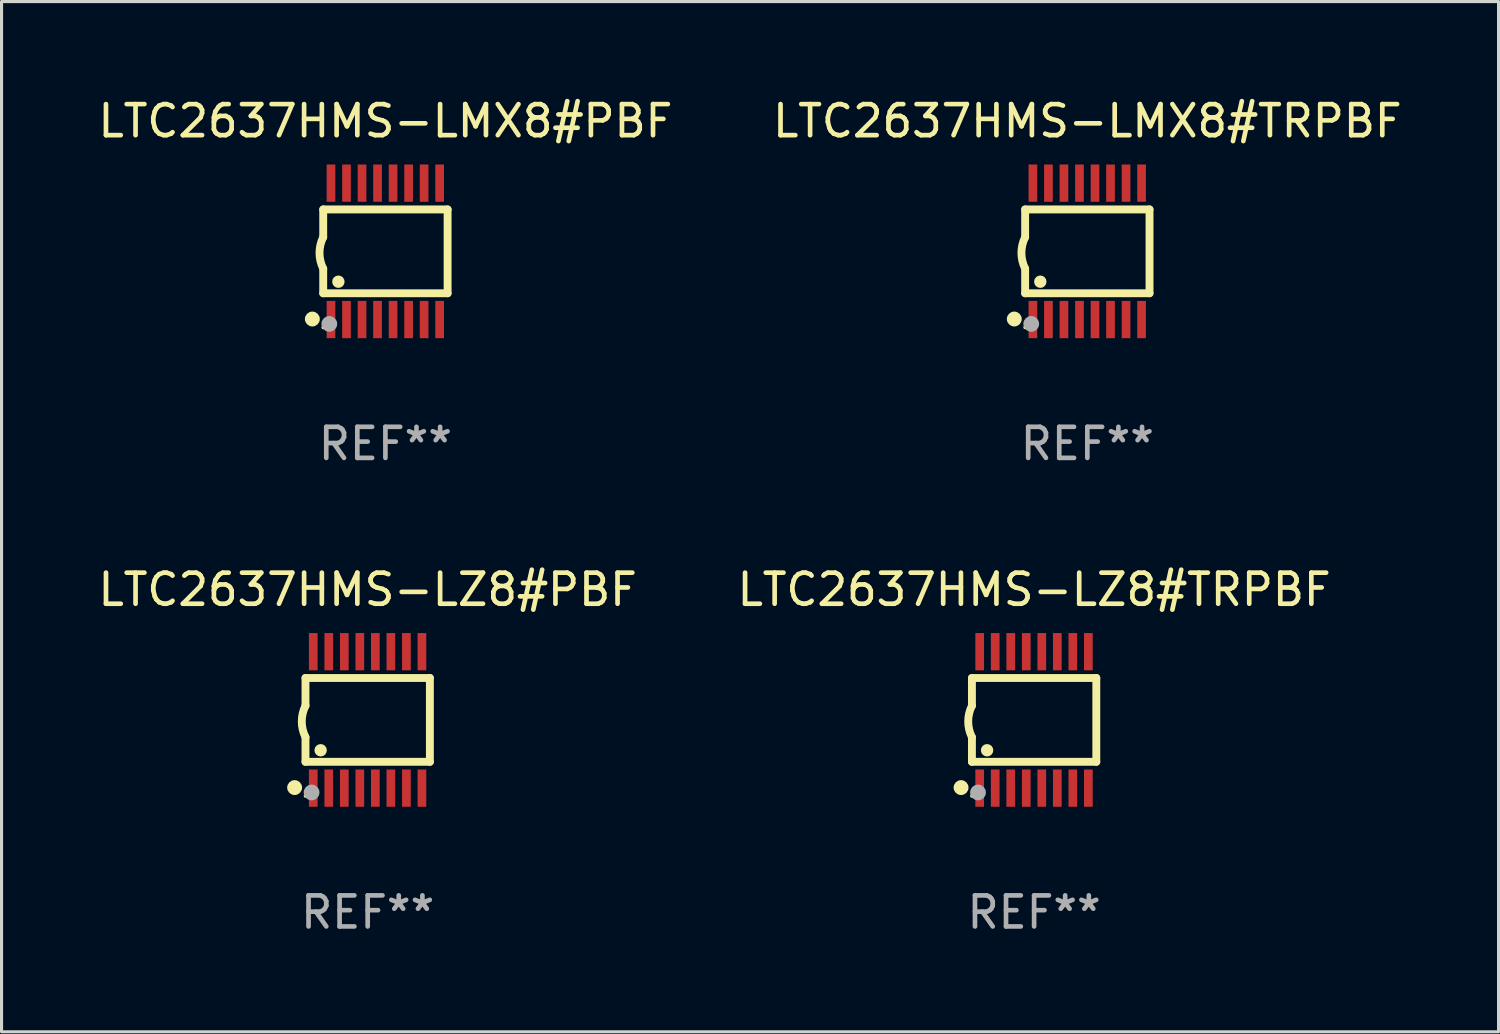
<source format=kicad_pcb>
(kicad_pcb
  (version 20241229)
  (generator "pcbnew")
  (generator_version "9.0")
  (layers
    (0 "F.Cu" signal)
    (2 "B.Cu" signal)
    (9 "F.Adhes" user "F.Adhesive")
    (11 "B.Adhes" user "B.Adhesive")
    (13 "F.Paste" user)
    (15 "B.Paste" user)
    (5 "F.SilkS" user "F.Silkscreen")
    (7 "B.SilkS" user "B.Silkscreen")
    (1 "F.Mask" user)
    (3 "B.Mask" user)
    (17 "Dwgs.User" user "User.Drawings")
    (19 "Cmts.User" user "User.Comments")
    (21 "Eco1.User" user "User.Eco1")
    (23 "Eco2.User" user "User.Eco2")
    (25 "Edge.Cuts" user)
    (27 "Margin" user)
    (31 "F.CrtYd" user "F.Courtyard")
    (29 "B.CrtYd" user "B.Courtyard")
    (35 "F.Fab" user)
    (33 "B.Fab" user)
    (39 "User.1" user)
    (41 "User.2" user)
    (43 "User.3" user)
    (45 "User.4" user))
  (footprint "LTC2637HMS-LMX8#PBF"
    (layer "F.Cu")
    (at 9.363 5.045)
    (property "Reference" "LTC2637HMS-LMX8#PBF" (at 0 -4.197 0) (layer "F.SilkS") (effects (font (size 1 1) (thickness 0.15))))
    (attr through_hole)
    (fp_line (start -2.003 -1.35) (end -2.003 -0.457) (stroke (width 0.254) (type solid)) (layer "F.SilkS"))
    (fp_line (start -2.003 -1.35) (end 2.003 -1.35) (stroke (width 0.254) (type solid)) (layer "F.SilkS"))
    (fp_line (start -2.003 1.35) (end -2.003 0.559) (stroke (width 0.254) (type solid)) (layer "F.SilkS"))
    (fp_line (start -2.003 1.35) (end 2.003 1.35) (stroke (width 0.254) (type solid)) (layer "F.SilkS"))
    (fp_line (start 2.003 -1.35) (end 2.003 1.35) (stroke (width 0.254) (type solid)) (layer "F.SilkS"))
    (fp_arc (start -2.002286 0.558802) (mid -2.122556 0.05092) (end -2.003302 -0.457201) (stroke (width 0.254001) (type solid)) (layer "F.SilkS"))
    (fp_circle (center -2.353 2.18) (end -2.233 2.18) (stroke (width 0.24) (type solid)) (fill no) (layer "F.SilkS"))
    (fp_circle (center -2.003 2.45) (end -1.973 2.45) (stroke (width 0.06) (type solid)) (fill no) (layer "F.SilkS"))
    (fp_circle (center -1.515 0.978) (end -1.415 0.978) (stroke (width 0.2) (type solid)) (fill no) (layer "F.SilkS"))
    (fp_circle (center -1.807 2.337) (end -1.68 2.337) (stroke (width 0.254) (type solid)) (fill no) (layer "F.Fab"))
    (fp_text user "REF**" (at 0 6.197 0) (layer "F.Fab") (effects (font (size 1 1) (thickness 0.15))))
    (pad "1" smd rect (at -1.753 2.197 90) (size 1.2 0.28) (layers "F.Cu" "F.Mask" "F.Paste"))
    (pad "2" smd rect (at -1.253 2.197 90) (size 1.2 0.28) (layers "F.Cu" "F.Mask" "F.Paste"))
    (pad "3" smd rect (at -0.753 2.197 90) (size 1.2 0.28) (layers "F.Cu" "F.Mask" "F.Paste"))
    (pad "4" smd rect (at -0.253 2.197 90) (size 1.2 0.28) (layers "F.Cu" "F.Mask" "F.Paste"))
    (pad "5" smd rect (at 0.247 2.197 90) (size 1.2 0.28) (layers "F.Cu" "F.Mask" "F.Paste"))
    (pad "6" smd rect (at 0.747 2.197 90) (size 1.2 0.28) (layers "F.Cu" "F.Mask" "F.Paste"))
    (pad "7" smd rect (at 1.247 2.197 90) (size 1.2 0.28) (layers "F.Cu" "F.Mask" "F.Paste"))
    (pad "8" smd rect (at 1.747 2.197 90) (size 1.2 0.28) (layers "F.Cu" "F.Mask" "F.Paste"))
    (pad "9" smd rect (at 1.747 -2.197 90) (size 1.2 0.28) (layers "F.Cu" "F.Mask" "F.Paste"))
    (pad "10" smd rect (at 1.247 -2.197 90) (size 1.2 0.28) (layers "F.Cu" "F.Mask" "F.Paste"))
    (pad "11" smd rect (at 0.747 -2.197 90) (size 1.2 0.28) (layers "F.Cu" "F.Mask" "F.Paste"))
    (pad "12" smd rect (at 0.247 -2.197 90) (size 1.2 0.28) (layers "F.Cu" "F.Mask" "F.Paste"))
    (pad "13" smd rect (at -0.253 -2.197 90) (size 1.2 0.28) (layers "F.Cu" "F.Mask" "F.Paste"))
    (pad "14" smd rect (at -0.753 -2.197 90) (size 1.2 0.28) (layers "F.Cu" "F.Mask" "F.Paste"))
    (pad "15" smd rect (at -1.253 -2.197 90) (size 1.2 0.28) (layers "F.Cu" "F.Mask" "F.Paste"))
    (pad "16" smd rect (at -1.753 -2.197 90) (size 1.2 0.28) (layers "F.Cu" "F.Mask" "F.Paste")))
  (footprint "LTC2637HMS-LMX8#TRPBF"
    (layer "F.Cu")
    (at 31.97 5.045)
    (property "Reference" "LTC2637HMS-LMX8#TRPBF" (at 0 -4.197 0) (layer "F.SilkS") (effects (font (size 1 1) (thickness 0.15))))
    (attr through_hole)
    (fp_line (start -2.003 -1.35) (end -2.003 -0.457) (stroke (width 0.254) (type solid)) (layer "F.SilkS"))
    (fp_line (start -2.003 -1.35) (end 2.003 -1.35) (stroke (width 0.254) (type solid)) (layer "F.SilkS"))
    (fp_line (start -2.003 1.35) (end -2.003 0.559) (stroke (width 0.254) (type solid)) (layer "F.SilkS"))
    (fp_line (start -2.003 1.35) (end 2.003 1.35) (stroke (width 0.254) (type solid)) (layer "F.SilkS"))
    (fp_line (start 2.003 -1.35) (end 2.003 1.35) (stroke (width 0.254) (type solid)) (layer "F.SilkS"))
    (fp_arc (start -2.002286 0.558802) (mid -2.122556 0.05092) (end -2.003302 -0.457201) (stroke (width 0.254001) (type solid)) (layer "F.SilkS"))
    (fp_circle (center -2.353 2.18) (end -2.233 2.18) (stroke (width 0.24) (type solid)) (fill no) (layer "F.SilkS"))
    (fp_circle (center -2.003 2.45) (end -1.973 2.45) (stroke (width 0.06) (type solid)) (fill no) (layer "F.SilkS"))
    (fp_circle (center -1.515 0.978) (end -1.415 0.978) (stroke (width 0.2) (type solid)) (fill no) (layer "F.SilkS"))
    (fp_circle (center -1.807 2.337) (end -1.68 2.337) (stroke (width 0.254) (type solid)) (fill no) (layer "F.Fab"))
    (fp_text user "REF**" (at 0 6.197 0) (layer "F.Fab") (effects (font (size 1 1) (thickness 0.15))))
    (pad "1" smd rect (at -1.753 2.197 90) (size 1.2 0.28) (layers "F.Cu" "F.Mask" "F.Paste"))
    (pad "2" smd rect (at -1.253 2.197 90) (size 1.2 0.28) (layers "F.Cu" "F.Mask" "F.Paste"))
    (pad "3" smd rect (at -0.753 2.197 90) (size 1.2 0.28) (layers "F.Cu" "F.Mask" "F.Paste"))
    (pad "4" smd rect (at -0.253 2.197 90) (size 1.2 0.28) (layers "F.Cu" "F.Mask" "F.Paste"))
    (pad "5" smd rect (at 0.247 2.197 90) (size 1.2 0.28) (layers "F.Cu" "F.Mask" "F.Paste"))
    (pad "6" smd rect (at 0.747 2.197 90) (size 1.2 0.28) (layers "F.Cu" "F.Mask" "F.Paste"))
    (pad "7" smd rect (at 1.247 2.197 90) (size 1.2 0.28) (layers "F.Cu" "F.Mask" "F.Paste"))
    (pad "8" smd rect (at 1.747 2.197 90) (size 1.2 0.28) (layers "F.Cu" "F.Mask" "F.Paste"))
    (pad "9" smd rect (at 1.747 -2.197 90) (size 1.2 0.28) (layers "F.Cu" "F.Mask" "F.Paste"))
    (pad "10" smd rect (at 1.247 -2.197 90) (size 1.2 0.28) (layers "F.Cu" "F.Mask" "F.Paste"))
    (pad "11" smd rect (at 0.747 -2.197 90) (size 1.2 0.28) (layers "F.Cu" "F.Mask" "F.Paste"))
    (pad "12" smd rect (at 0.247 -2.197 90) (size 1.2 0.28) (layers "F.Cu" "F.Mask" "F.Paste"))
    (pad "13" smd rect (at -0.253 -2.197 90) (size 1.2 0.28) (layers "F.Cu" "F.Mask" "F.Paste"))
    (pad "14" smd rect (at -0.753 -2.197 90) (size 1.2 0.28) (layers "F.Cu" "F.Mask" "F.Paste"))
    (pad "15" smd rect (at -1.253 -2.197 90) (size 1.2 0.28) (layers "F.Cu" "F.Mask" "F.Paste"))
    (pad "16" smd rect (at -1.753 -2.197 90) (size 1.2 0.28) (layers "F.Cu" "F.Mask" "F.Paste")))
  (footprint "LTC2637HMS-LZ8#TRPBF"
    (layer "F.Cu")
    (at 30.256 20.136)
    (property "Reference" "LTC2637HMS-LZ8#TRPBF" (at 0 -4.197 0) (layer "F.SilkS") (effects (font (size 1 1) (thickness 0.15))))
    (attr through_hole)
    (fp_line (start -2.003 -1.35) (end -2.003 -0.457) (stroke (width 0.254) (type solid)) (layer "F.SilkS"))
    (fp_line (start -2.003 -1.35) (end 2.003 -1.35) (stroke (width 0.254) (type solid)) (layer "F.SilkS"))
    (fp_line (start -2.003 1.35) (end -2.003 0.559) (stroke (width 0.254) (type solid)) (layer "F.SilkS"))
    (fp_line (start -2.003 1.35) (end 2.003 1.35) (stroke (width 0.254) (type solid)) (layer "F.SilkS"))
    (fp_line (start 2.003 -1.35) (end 2.003 1.35) (stroke (width 0.254) (type solid)) (layer "F.SilkS"))
    (fp_arc (start -2.002286 0.558802) (mid -2.122556 0.05092) (end -2.003302 -0.457201) (stroke (width 0.254001) (type solid)) (layer "F.SilkS"))
    (fp_circle (center -2.353 2.18) (end -2.233 2.18) (stroke (width 0.24) (type solid)) (fill no) (layer "F.SilkS"))
    (fp_circle (center -2.003 2.45) (end -1.973 2.45) (stroke (width 0.06) (type solid)) (fill no) (layer "F.SilkS"))
    (fp_circle (center -1.515 0.978) (end -1.415 0.978) (stroke (width 0.2) (type solid)) (fill no) (layer "F.SilkS"))
    (fp_circle (center -1.807 2.337) (end -1.68 2.337) (stroke (width 0.254) (type solid)) (fill no) (layer "F.Fab"))
    (fp_text user "REF**" (at 0 6.197 0) (layer "F.Fab") (effects (font (size 1 1) (thickness 0.15))))
    (pad "1" smd rect (at -1.753 2.197 90) (size 1.2 0.28) (layers "F.Cu" "F.Mask" "F.Paste"))
    (pad "2" smd rect (at -1.253 2.197 90) (size 1.2 0.28) (layers "F.Cu" "F.Mask" "F.Paste"))
    (pad "3" smd rect (at -0.753 2.197 90) (size 1.2 0.28) (layers "F.Cu" "F.Mask" "F.Paste"))
    (pad "4" smd rect (at -0.253 2.197 90) (size 1.2 0.28) (layers "F.Cu" "F.Mask" "F.Paste"))
    (pad "5" smd rect (at 0.247 2.197 90) (size 1.2 0.28) (layers "F.Cu" "F.Mask" "F.Paste"))
    (pad "6" smd rect (at 0.747 2.197 90) (size 1.2 0.28) (layers "F.Cu" "F.Mask" "F.Paste"))
    (pad "7" smd rect (at 1.247 2.197 90) (size 1.2 0.28) (layers "F.Cu" "F.Mask" "F.Paste"))
    (pad "8" smd rect (at 1.747 2.197 90) (size 1.2 0.28) (layers "F.Cu" "F.Mask" "F.Paste"))
    (pad "9" smd rect (at 1.747 -2.197 90) (size 1.2 0.28) (layers "F.Cu" "F.Mask" "F.Paste"))
    (pad "10" smd rect (at 1.247 -2.197 90) (size 1.2 0.28) (layers "F.Cu" "F.Mask" "F.Paste"))
    (pad "11" smd rect (at 0.747 -2.197 90) (size 1.2 0.28) (layers "F.Cu" "F.Mask" "F.Paste"))
    (pad "12" smd rect (at 0.247 -2.197 90) (size 1.2 0.28) (layers "F.Cu" "F.Mask" "F.Paste"))
    (pad "13" smd rect (at -0.253 -2.197 90) (size 1.2 0.28) (layers "F.Cu" "F.Mask" "F.Paste"))
    (pad "14" smd rect (at -0.753 -2.197 90) (size 1.2 0.28) (layers "F.Cu" "F.Mask" "F.Paste"))
    (pad "15" smd rect (at -1.253 -2.197 90) (size 1.2 0.28) (layers "F.Cu" "F.Mask" "F.Paste"))
    (pad "16" smd rect (at -1.753 -2.197 90) (size 1.2 0.28) (layers "F.Cu" "F.Mask" "F.Paste")))
  (footprint "LTC2637HMS-LZ8#PBF"
    (layer "F.Cu")
    (at 8.792 20.136)
    (property "Reference" "LTC2637HMS-LZ8#PBF" (at 0 -4.197 0) (layer "F.SilkS") (effects (font (size 1 1) (thickness 0.15))))
    (attr through_hole)
    (fp_line (start -2.003 -1.35) (end -2.003 -0.457) (stroke (width 0.254) (type solid)) (layer "F.SilkS"))
    (fp_line (start -2.003 -1.35) (end 2.003 -1.35) (stroke (width 0.254) (type solid)) (layer "F.SilkS"))
    (fp_line (start -2.003 1.35) (end -2.003 0.559) (stroke (width 0.254) (type solid)) (layer "F.SilkS"))
    (fp_line (start -2.003 1.35) (end 2.003 1.35) (stroke (width 0.254) (type solid)) (layer "F.SilkS"))
    (fp_line (start 2.003 -1.35) (end 2.003 1.35) (stroke (width 0.254) (type solid)) (layer "F.SilkS"))
    (fp_arc (start -2.002286 0.558802) (mid -2.122556 0.05092) (end -2.003302 -0.457201) (stroke (width 0.254001) (type solid)) (layer "F.SilkS"))
    (fp_circle (center -2.353 2.18) (end -2.233 2.18) (stroke (width 0.24) (type solid)) (fill no) (layer "F.SilkS"))
    (fp_circle (center -2.003 2.45) (end -1.973 2.45) (stroke (width 0.06) (type solid)) (fill no) (layer "F.SilkS"))
    (fp_circle (center -1.515 0.978) (end -1.415 0.978) (stroke (width 0.2) (type solid)) (fill no) (layer "F.SilkS"))
    (fp_circle (center -1.807 2.337) (end -1.68 2.337) (stroke (width 0.254) (type solid)) (fill no) (layer "F.Fab"))
    (fp_text user "REF**" (at 0 6.197 0) (layer "F.Fab") (effects (font (size 1 1) (thickness 0.15))))
    (pad "1" smd rect (at -1.753 2.197 90) (size 1.2 0.28) (layers "F.Cu" "F.Mask" "F.Paste"))
    (pad "2" smd rect (at -1.253 2.197 90) (size 1.2 0.28) (layers "F.Cu" "F.Mask" "F.Paste"))
    (pad "3" smd rect (at -0.753 2.197 90) (size 1.2 0.28) (layers "F.Cu" "F.Mask" "F.Paste"))
    (pad "4" smd rect (at -0.253 2.197 90) (size 1.2 0.28) (layers "F.Cu" "F.Mask" "F.Paste"))
    (pad "5" smd rect (at 0.247 2.197 90) (size 1.2 0.28) (layers "F.Cu" "F.Mask" "F.Paste"))
    (pad "6" smd rect (at 0.747 2.197 90) (size 1.2 0.28) (layers "F.Cu" "F.Mask" "F.Paste"))
    (pad "7" smd rect (at 1.247 2.197 90) (size 1.2 0.28) (layers "F.Cu" "F.Mask" "F.Paste"))
    (pad "8" smd rect (at 1.747 2.197 90) (size 1.2 0.28) (layers "F.Cu" "F.Mask" "F.Paste"))
    (pad "9" smd rect (at 1.747 -2.197 90) (size 1.2 0.28) (layers "F.Cu" "F.Mask" "F.Paste"))
    (pad "10" smd rect (at 1.247 -2.197 90) (size 1.2 0.28) (layers "F.Cu" "F.Mask" "F.Paste"))
    (pad "11" smd rect (at 0.747 -2.197 90) (size 1.2 0.28) (layers "F.Cu" "F.Mask" "F.Paste"))
    (pad "12" smd rect (at 0.247 -2.197 90) (size 1.2 0.28) (layers "F.Cu" "F.Mask" "F.Paste"))
    (pad "13" smd rect (at -0.253 -2.197 90) (size 1.2 0.28) (layers "F.Cu" "F.Mask" "F.Paste"))
    (pad "14" smd rect (at -0.753 -2.197 90) (size 1.2 0.28) (layers "F.Cu" "F.Mask" "F.Paste"))
    (pad "15" smd rect (at -1.253 -2.197 90) (size 1.2 0.28) (layers "F.Cu" "F.Mask" "F.Paste"))
    (pad "16" smd rect (at -1.753 -2.197 90) (size 1.2 0.28) (layers "F.Cu" "F.Mask" "F.Paste")))
  (gr_rect
    (start -3 -3)
    (end 45.214 30.181)
    (stroke (width 0.1) (type default))
    (fill no)
    (layer "Edge.Cuts")))
</source>
